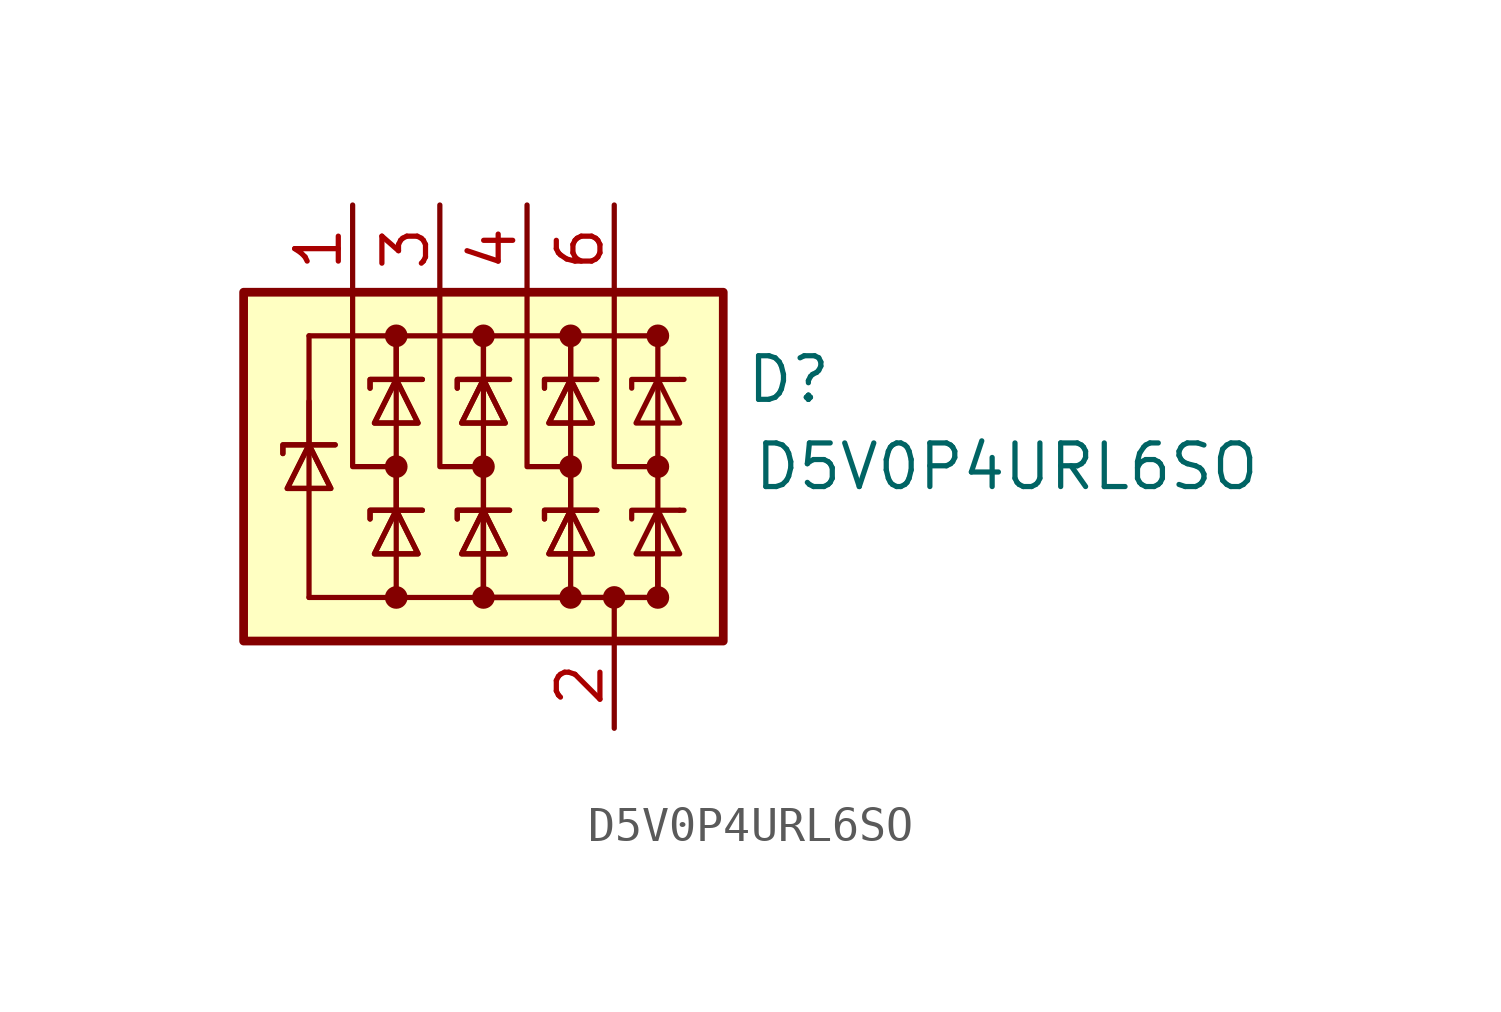
<source format=kicad_sym>
(kicad_symbol_lib
  (version 20211014)
  (generator kicad_symbol_editor)
  (symbol "D5V0P4URL6SO"
    (pin_names
      (offset 0) hide)
    (property "Reference" "D"
      (at 3.81 2.54 0)
      (effects (font (size 1.27 1.27))))
    (property "Value" "D5V0P4URL6SO"
      (at 10.16 0 0)
      (effects (font (size 1.27 1.27))))
    (symbol "D5V0P4URL6SO_1_1"
      (rectangle (start -12.065 5.08) (end 1.905 -5.08) (stroke (width 0.254) (type default) (color 0 0 0 0)) (fill (type background)))
      (circle (center -7.62 -3.81) (radius 0.254) (stroke (width 0) (type default) (color 0 0 0 0)) (fill (type outline)))
      (circle (center -7.62 0) (radius 0.254) (stroke (width 0) (type default) (color 0 0 0 0)) (fill (type outline)))
      (circle (center -7.62 3.81) (radius 0.254) (stroke (width 0) (type default) (color 0 0 0 0)) (fill (type outline)))
      (circle (center -5.08 -3.81) (radius 0.254) (stroke (width 0) (type default) (color 0 0 0 0)) (fill (type outline)))
      (circle (center -5.08 0) (radius 0.254) (stroke (width 0) (type default) (color 0 0 0 0)) (fill (type outline)))
      (circle (center -5.08 3.81) (radius 0.254) (stroke (width 0) (type default) (color 0 0 0 0)) (fill (type outline)))
      (circle (center -2.54 -3.81) (radius 0.254) (stroke (width 0) (type default) (color 0 0 0 0)) (fill (type outline)))
      (circle (center -2.54 0) (radius 0.254) (stroke (width 0) (type default) (color 0 0 0 0)) (fill (type outline)))
      (circle (center -2.54 3.81) (radius 0.254) (stroke (width 0) (type default) (color 0 0 0 0)) (fill (type outline)))
      (circle (center -1.27 -3.81) (radius 0.254) (stroke (width 0) (type default) (color 0 0 0 0)) (fill (type outline)))
      (circle (center 0 -3.81) (radius 0.254) (stroke (width 0) (type default) (color 0 0 0 0)) (fill (type outline)))
      (polyline (pts (xy -10.16 0.635) (xy -10.16 -3.81)) (stroke (width 0) (type default) (color 0 0 0 0)) (fill (type none)))
      (polyline (pts (xy -10.16 1.905) (xy -10.16 0.635)) (stroke (width 0) (type default) (color 0 0 0 0)) (fill (type none)))
      (polyline (pts (xy -10.16 3.81) (xy -10.16 0.635)) (stroke (width 0) (type default) (color 0 0 0 0)) (fill (type none)))
      (polyline (pts (xy -7.62 -3.81) (xy -10.16 -3.81)) (stroke (width 0) (type default) (color 0 0 0 0)) (fill (type none)))
      (polyline (pts (xy -7.62 0) (xy -7.62 -1.27)) (stroke (width 0) (type default) (color 0 0 0 0)) (fill (type none)))
      (polyline (pts (xy -7.62 2.54) (xy -7.62 -1.27)) (stroke (width 0) (type default) (color 0 0 0 0)) (fill (type none)))
      (polyline (pts (xy -7.62 3.81) (xy -7.62 2.54)) (stroke (width 0) (type default) (color 0 0 0 0)) (fill (type none)))
      (polyline (pts (xy -7.62 3.81) (xy -7.62 2.54)) (stroke (width 0) (type default) (color 0 0 0 0)) (fill (type none)))
      (polyline (pts (xy -5.08 0) (xy -5.08 -1.27)) (stroke (width 0) (type default) (color 0 0 0 0)) (fill (type none)))
      (polyline (pts (xy -5.08 2.54) (xy -5.08 -1.27)) (stroke (width 0) (type default) (color 0 0 0 0)) (fill (type none)))
      (polyline (pts (xy -5.08 3.81) (xy -5.08 2.54)) (stroke (width 0) (type default) (color 0 0 0 0)) (fill (type none)))
      (polyline (pts (xy -5.08 3.81) (xy -5.08 2.54)) (stroke (width 0) (type default) (color 0 0 0 0)) (fill (type none)))
      (polyline (pts (xy -2.54 0) (xy -2.54 -1.27)) (stroke (width 0) (type default) (color 0 0 0 0)) (fill (type none)))
      (polyline (pts (xy -2.54 2.54) (xy -2.54 -1.27)) (stroke (width 0) (type default) (color 0 0 0 0)) (fill (type none)))
      (polyline (pts (xy -2.54 3.81) (xy -2.54 2.54)) (stroke (width 0) (type default) (color 0 0 0 0)) (fill (type none)))
      (polyline (pts (xy -2.54 3.81) (xy -2.54 2.54)) (stroke (width 0) (type default) (color 0 0 0 0)) (fill (type none)))
      (polyline (pts (xy -1.27 -5.08) (xy -1.27 -3.81)) (stroke (width 0) (type default) (color 0 0 0 0)) (fill (type none)))
      (polyline (pts (xy 0 -3.81) (xy 0 2.54)) (stroke (width 0) (type default) (color 0 0 0 0)) (fill (type none)))
      (polyline (pts (xy 0 3.81) (xy -10.16 3.81)) (stroke (width 0) (type default) (color 0 0 0 0)) (fill (type none)))
      (polyline (pts (xy 0 3.81) (xy 0 2.54)) (stroke (width 0) (type default) (color 0 0 0 0)) (fill (type none)))
      (polyline (pts (xy 0.635 -1.27) (xy 0.762 -1.27)) (stroke (width 0) (type default) (color 0 0 0 0)) (fill (type none)))
      (polyline (pts (xy 0.635 2.54) (xy 0.762 2.54)) (stroke (width 0) (type default) (color 0 0 0 0)) (fill (type none)))
      (polyline (pts (xy -8.89 5.08) (xy -8.89 0) (xy -7.62 0)) (stroke (width 0) (type default) (color 0 0 0 0)) (fill (type none)))
      (polyline (pts (xy -7.62 -1.27) (xy -7.62 -3.81) (xy -5.08 -3.81)) (stroke (width 0) (type default) (color 0 0 0 0)) (fill (type none)))
      (polyline (pts (xy -6.35 5.08) (xy -6.35 0) (xy -5.08 0)) (stroke (width 0) (type default) (color 0 0 0 0)) (fill (type none)))
      (polyline (pts (xy -5.08 -1.27) (xy -5.08 -3.81) (xy -2.54 -3.81)) (stroke (width 0) (type default) (color 0 0 0 0)) (fill (type none)))
      (polyline (pts (xy -3.81 5.08) (xy -3.81 0) (xy -2.54 0)) (stroke (width 0) (type default) (color 0 0 0 0)) (fill (type none)))
      (polyline (pts (xy -2.54 -1.27) (xy -2.54 -3.81) (xy -5.08 -3.81)) (stroke (width 0) (type default) (color 0 0 0 0)) (fill (type none)))
      (polyline (pts (xy -1.27 5.08) (xy -1.27 0) (xy 0 0)) (stroke (width 0) (type default) (color 0 0 0 0)) (fill (type none)))
      (polyline (pts (xy 0.635 -1.27) (xy -0.762 -1.27) (xy -0.762 -1.524)) (stroke (width 0) (type default) (color 0 0 0 0)) (fill (type none)))
      (polyline (pts (xy 0.635 2.54) (xy -0.762 2.54) (xy -0.762 2.286)) (stroke (width 0) (type default) (color 0 0 0 0)) (fill (type none)))
      (polyline (pts (xy -10.922 0.381) (xy -10.922 0.635) (xy -9.525 0.635) (xy -9.398 0.635)) (stroke (width 0) (type default) (color 0 0 0 0)) (fill (type none)))
      (polyline (pts (xy -10.922 0.381) (xy -10.922 0.635) (xy -9.525 0.635) (xy -9.398 0.635)) (stroke (width 0) (type default) (color 0 0 0 0)) (fill (type none)))
      (polyline (pts (xy -10.16 0.635) (xy -9.525 -0.635) (xy -10.795 -0.635) (xy -10.16 0.635)) (stroke (width 0) (type default) (color 0 0 0 0)) (fill (type none)))
      (polyline (pts (xy -10.16 0.635) (xy -9.525 -0.635) (xy -10.795 -0.635) (xy -10.16 0.635)) (stroke (width 0) (type default) (color 0 0 0 0)) (fill (type none)))
      (polyline (pts (xy -8.382 -1.524) (xy -8.382 -1.27) (xy -6.985 -1.27) (xy -6.858 -1.27)) (stroke (width 0) (type default) (color 0 0 0 0)) (fill (type none)))
      (polyline (pts (xy -8.382 -1.524) (xy -8.382 -1.27) (xy -6.985 -1.27) (xy -6.858 -1.27)) (stroke (width 0) (type default) (color 0 0 0 0)) (fill (type none)))
      (polyline (pts (xy -8.382 2.286) (xy -8.382 2.54) (xy -6.985 2.54) (xy -6.858 2.54)) (stroke (width 0) (type default) (color 0 0 0 0)) (fill (type none)))
      (polyline (pts (xy -8.382 2.286) (xy -8.382 2.54) (xy -6.985 2.54) (xy -6.858 2.54)) (stroke (width 0) (type default) (color 0 0 0 0)) (fill (type none)))
      (polyline (pts (xy -7.62 -1.27) (xy -6.985 -2.54) (xy -8.255 -2.54) (xy -7.62 -1.27)) (stroke (width 0) (type default) (color 0 0 0 0)) (fill (type none)))
      (polyline (pts (xy -7.62 -1.27) (xy -6.985 -2.54) (xy -8.255 -2.54) (xy -7.62 -1.27)) (stroke (width 0) (type default) (color 0 0 0 0)) (fill (type none)))
      (polyline (pts (xy -7.62 2.54) (xy -6.985 1.27) (xy -8.255 1.27) (xy -7.62 2.54)) (stroke (width 0) (type default) (color 0 0 0 0)) (fill (type none)))
      (polyline (pts (xy -7.62 2.54) (xy -6.985 1.27) (xy -8.255 1.27) (xy -7.62 2.54)) (stroke (width 0) (type default) (color 0 0 0 0)) (fill (type none)))
      (polyline (pts (xy -5.842 -1.524) (xy -5.842 -1.27) (xy -4.445 -1.27) (xy -4.318 -1.27)) (stroke (width 0) (type default) (color 0 0 0 0)) (fill (type none)))
      (polyline (pts (xy -5.842 -1.524) (xy -5.842 -1.27) (xy -4.445 -1.27) (xy -4.318 -1.27)) (stroke (width 0) (type default) (color 0 0 0 0)) (fill (type none)))
      (polyline (pts (xy -5.842 2.286) (xy -5.842 2.54) (xy -4.445 2.54) (xy -4.318 2.54)) (stroke (width 0) (type default) (color 0 0 0 0)) (fill (type none)))
      (polyline (pts (xy -5.842 2.286) (xy -5.842 2.54) (xy -4.445 2.54) (xy -4.318 2.54)) (stroke (width 0) (type default) (color 0 0 0 0)) (fill (type none)))
      (polyline (pts (xy -5.08 -1.27) (xy -5.08 -3.81) (xy 0 -3.81) (xy 0 -1.27)) (stroke (width 0) (type default) (color 0 0 0 0)) (fill (type none)))
      (polyline (pts (xy -5.08 -1.27) (xy -5.08 -3.81) (xy 0 -3.81) (xy 0 -1.27)) (stroke (width 0) (type default) (color 0 0 0 0)) (fill (type none)))
      (polyline (pts (xy -5.08 -1.27) (xy -4.445 -2.54) (xy -5.715 -2.54) (xy -5.08 -1.27)) (stroke (width 0) (type default) (color 0 0 0 0)) (fill (type none)))
      (polyline (pts (xy -5.08 -1.27) (xy -4.445 -2.54) (xy -5.715 -2.54) (xy -5.08 -1.27)) (stroke (width 0) (type default) (color 0 0 0 0)) (fill (type none)))
      (polyline (pts (xy -5.08 2.54) (xy -4.445 1.27) (xy -5.715 1.27) (xy -5.08 2.54)) (stroke (width 0) (type default) (color 0 0 0 0)) (fill (type none)))
      (polyline (pts (xy -5.08 2.54) (xy -4.445 1.27) (xy -5.715 1.27) (xy -5.08 2.54)) (stroke (width 0) (type default) (color 0 0 0 0)) (fill (type none)))
      (polyline (pts (xy -3.302 -1.524) (xy -3.302 -1.27) (xy -1.905 -1.27) (xy -1.778 -1.27)) (stroke (width 0) (type default) (color 0 0 0 0)) (fill (type none)))
      (polyline (pts (xy -3.302 -1.524) (xy -3.302 -1.27) (xy -1.905 -1.27) (xy -1.778 -1.27)) (stroke (width 0) (type default) (color 0 0 0 0)) (fill (type none)))
      (polyline (pts (xy -3.302 2.286) (xy -3.302 2.54) (xy -1.905 2.54) (xy -1.778 2.54)) (stroke (width 0) (type default) (color 0 0 0 0)) (fill (type none)))
      (polyline (pts (xy -3.302 2.286) (xy -3.302 2.54) (xy -1.905 2.54) (xy -1.778 2.54)) (stroke (width 0) (type default) (color 0 0 0 0)) (fill (type none)))
      (polyline (pts (xy -2.54 -1.27) (xy -1.905 -2.54) (xy -3.175 -2.54) (xy -2.54 -1.27)) (stroke (width 0) (type default) (color 0 0 0 0)) (fill (type none)))
      (polyline (pts (xy -2.54 -1.27) (xy -1.905 -2.54) (xy -3.175 -2.54) (xy -2.54 -1.27)) (stroke (width 0) (type default) (color 0 0 0 0)) (fill (type none)))
      (polyline (pts (xy -2.54 2.54) (xy -1.905 1.27) (xy -3.175 1.27) (xy -2.54 2.54)) (stroke (width 0) (type default) (color 0 0 0 0)) (fill (type none)))
      (polyline (pts (xy -2.54 2.54) (xy -1.905 1.27) (xy -3.175 1.27) (xy -2.54 2.54)) (stroke (width 0) (type default) (color 0 0 0 0)) (fill (type none)))
      (polyline (pts (xy 0.635 -2.54) (xy -0.635 -2.54) (xy 0 -1.27) (xy 0.635 -2.54)) (stroke (width 0) (type default) (color 0 0 0 0)) (fill (type none)))
      (polyline (pts (xy 0.635 1.27) (xy -0.635 1.27) (xy 0 2.54) (xy 0.635 1.27)) (stroke (width 0) (type default) (color 0 0 0 0)) (fill (type none)))
      (circle (center 0 0) (radius 0.254) (stroke (width 0) (type default) (color 0 0 0 0)) (fill (type outline)))
      (circle (center 0 3.81) (radius 0.254) (stroke (width 0) (type default) (color 0 0 0 0)) (fill (type outline)))
      (pin passive line (at -8.89 7.62 270) (length 2.54) (name "K1" (effects (font (size 1.27 1.27)))) (number "1" (effects (font (size 1.27 1.27)))))
      (pin passive line (at -1.27 -7.62 90) (length 2.54) (name "VSS" (effects (font (size 1.27 1.27)))) (number "2" (effects (font (size 1.27 1.27)))))
      (pin passive line (at -6.35 7.62 270) (length 2.54) (name "K2" (effects (font (size 1.27 1.27)))) (number "3" (effects (font (size 1.27 1.27)))))
      (pin passive line (at -3.81 7.62 270) (length 2.54) (name "K3" (effects (font (size 1.27 1.27)))) (number "4" (effects (font (size 1.27 1.27)))))
      (pin no_connect line (at -7.62 -7.62 90) (length 2.54) hide (name "NC" (effects (font (size 1.27 1.27)))) (number "5" (effects (font (size 1.27 1.27)))))
      (pin passive line (at -1.27 7.62 270) (length 2.54) (name "K4" (effects (font (size 1.27 1.27)))) (number "6" (effects (font (size 1.27 1.27))))))))
</source>
